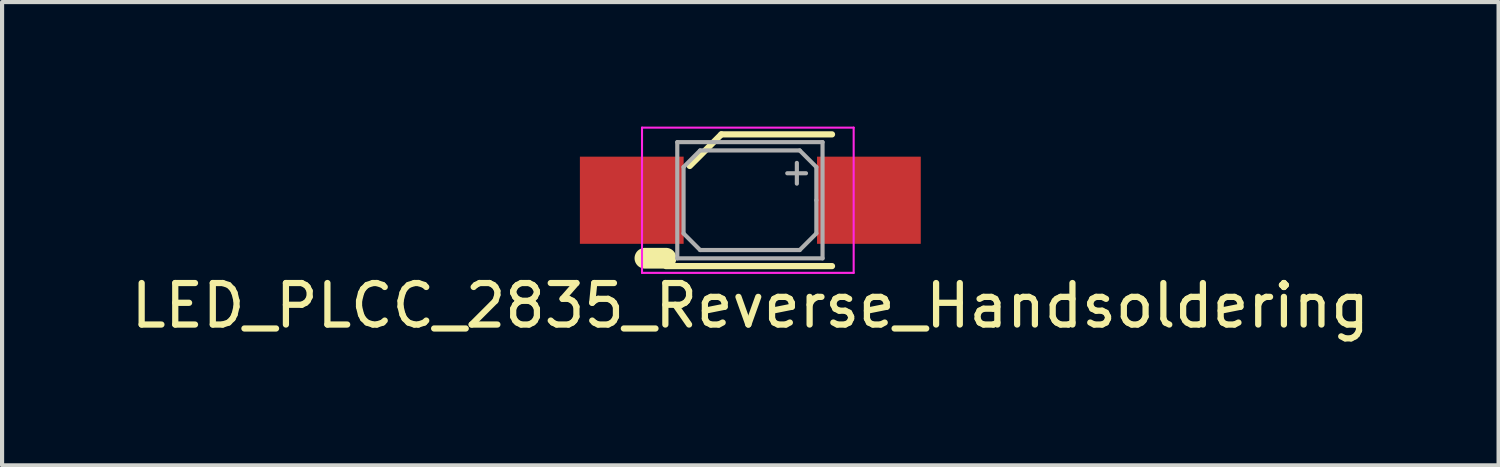
<source format=kicad_pcb>
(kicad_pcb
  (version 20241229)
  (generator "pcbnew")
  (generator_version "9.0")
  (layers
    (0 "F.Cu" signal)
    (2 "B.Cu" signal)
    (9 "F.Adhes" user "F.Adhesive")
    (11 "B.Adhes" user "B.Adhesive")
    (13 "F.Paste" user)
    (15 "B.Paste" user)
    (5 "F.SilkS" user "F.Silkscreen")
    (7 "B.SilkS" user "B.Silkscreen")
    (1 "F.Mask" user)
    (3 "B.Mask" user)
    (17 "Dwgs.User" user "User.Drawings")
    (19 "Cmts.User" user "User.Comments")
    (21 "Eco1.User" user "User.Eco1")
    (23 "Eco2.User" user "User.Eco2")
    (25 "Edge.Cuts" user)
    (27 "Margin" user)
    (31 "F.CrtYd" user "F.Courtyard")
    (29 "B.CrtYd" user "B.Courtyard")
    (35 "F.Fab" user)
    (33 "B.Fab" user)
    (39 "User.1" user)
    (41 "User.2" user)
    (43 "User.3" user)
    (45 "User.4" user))
  (footprint "LED_PLCC_2835_Reverse_Handsoldering"
    (layer "F.Cu")
    (at 15.03 1.775)
    (property "Reference" "LED_PLCC_2835_Reverse_Handsoldering" (at 0 2.54 0) (layer "F.SilkS") (effects (font (size 1 1) (thickness 0.15))))
    (attr smd)
    (fp_circle (center 0 0) (end 0.762 0) (stroke (width 2) (type solid)) (fill no) (layer "F.Mask"))
    (fp_circle (center 0 0) (end 0.762 0) (stroke (width 2) (type solid)) (fill no) (layer "B.Mask"))
    (fp_line (start -2.032 1.397) (end -2.54 1.397) (stroke (width 0.5) (type solid)) (layer "F.SilkS"))
    (fp_line (start -2.032 1.587) (end 1.968 1.587) (stroke (width 0.15) (type solid)) (layer "F.SilkS"))
    (fp_line (start -0.699 -1.587) (end -1.46 -0.826) (stroke (width 0.15) (type solid)) (layer "F.SilkS"))
    (fp_line (start 1.968 -1.587) (end -0.699 -1.587) (stroke (width 0.15) (type solid)) (layer "F.SilkS"))
    (fp_line (start -2.61 -1.75) (end 2.49 -1.75) (stroke (width 0.05) (type solid)) (layer "F.CrtYd"))
    (fp_line (start -2.61 1.75) (end -2.61 -1.75) (stroke (width 0.05) (type solid)) (layer "F.CrtYd"))
    (fp_line (start 2.49 -1.75) (end 2.49 1.75) (stroke (width 0.05) (type solid)) (layer "F.CrtYd"))
    (fp_line (start 2.49 1.75) (end -2.61 1.75) (stroke (width 0.05) (type solid)) (layer "F.CrtYd"))
    (fp_line (start -1.76 -1.4) (end 1.74 -1.4) (stroke (width 0.1) (type solid)) (layer "F.Fab"))
    (fp_line (start -1.76 1.4) (end -1.76 -1.4) (stroke (width 0.1) (type solid)) (layer "F.Fab"))
    (fp_line (start -1.609 -0.8) (end -1.21 -1.2) (stroke (width 0.1) (type solid)) (layer "F.Fab"))
    (fp_line (start -1.609 0.8) (end -1.609 -0.8) (stroke (width 0.1) (type solid)) (layer "F.Fab"))
    (fp_line (start -1.21 -1.2) (end 1.19 -1.2) (stroke (width 0.1) (type solid)) (layer "F.Fab"))
    (fp_line (start -1.21 1.2) (end -1.609 0.8) (stroke (width 0.1) (type solid)) (layer "F.Fab"))
    (fp_line (start 1.121 -0.4) (end 1.121 -0.9) (stroke (width 0.1) (type solid)) (layer "F.Fab"))
    (fp_line (start 1.19 -1.2) (end 1.591 -0.8) (stroke (width 0.1) (type solid)) (layer "F.Fab"))
    (fp_line (start 1.19 1.2) (end -1.21 1.2) (stroke (width 0.1) (type solid)) (layer "F.Fab"))
    (fp_line (start 1.341 -0.65) (end 0.89 -0.65) (stroke (width 0.1) (type solid)) (layer "F.Fab"))
    (fp_line (start 1.591 -0.8) (end 1.591 0) (stroke (width 0.1) (type solid)) (layer "F.Fab"))
    (fp_line (start 1.591 0) (end 1.591 0.8) (stroke (width 0.1) (type solid)) (layer "F.Fab"))
    (fp_line (start 1.591 0.8) (end 1.19 1.2) (stroke (width 0.1) (type solid)) (layer "F.Fab"))
    (fp_line (start 1.74 -1.4) (end 1.74 1.4) (stroke (width 0.1) (type solid)) (layer "F.Fab"))
    (fp_line (start 1.74 1.4) (end -1.76 1.4) (stroke (width 0.1) (type solid)) (layer "F.Fab"))
    (pad "1" smd rect (at -2.857 0 180) (size 2.5 2.1) (layers "F.Cu" "F.Mask" "F.Paste"))
    (pad "2" smd rect (at 2.857 0 180) (size 2.5 2.1) (layers "F.Cu" "F.Mask" "F.Paste")))
  (gr_rect
    (start -3 -3)
    (end 33.06 8.163)
    (stroke (width 0.1) (type default))
    (fill no)
    (layer "Edge.Cuts")))
</source>
